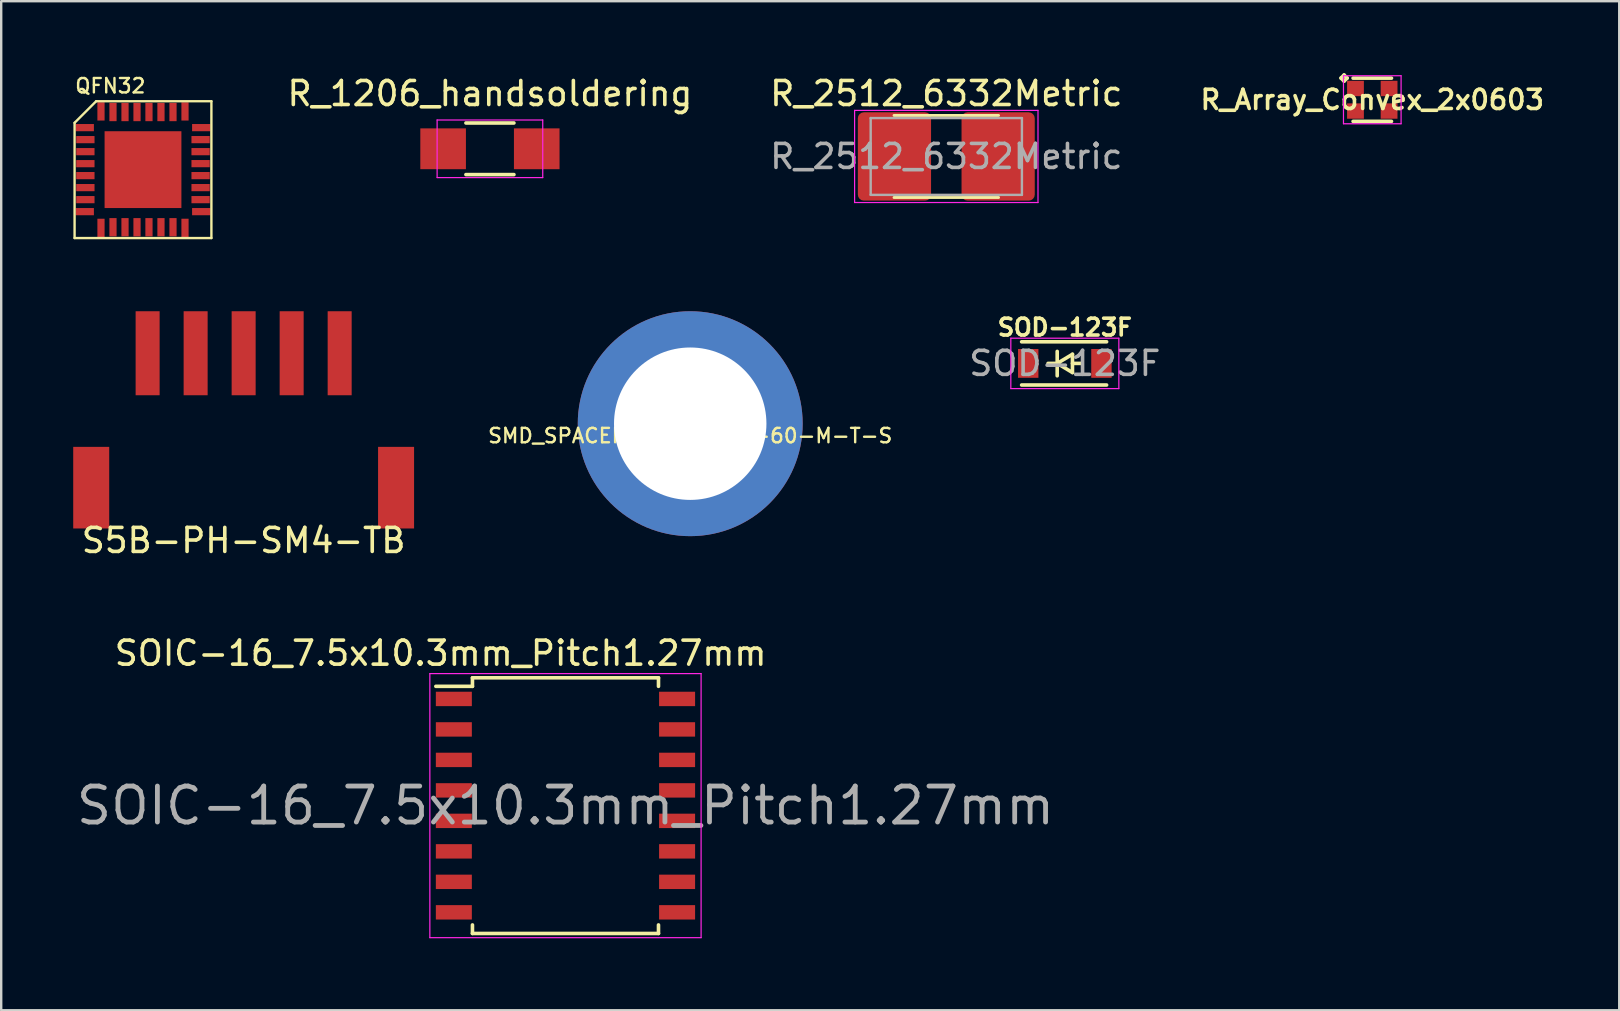
<source format=kicad_pcb>
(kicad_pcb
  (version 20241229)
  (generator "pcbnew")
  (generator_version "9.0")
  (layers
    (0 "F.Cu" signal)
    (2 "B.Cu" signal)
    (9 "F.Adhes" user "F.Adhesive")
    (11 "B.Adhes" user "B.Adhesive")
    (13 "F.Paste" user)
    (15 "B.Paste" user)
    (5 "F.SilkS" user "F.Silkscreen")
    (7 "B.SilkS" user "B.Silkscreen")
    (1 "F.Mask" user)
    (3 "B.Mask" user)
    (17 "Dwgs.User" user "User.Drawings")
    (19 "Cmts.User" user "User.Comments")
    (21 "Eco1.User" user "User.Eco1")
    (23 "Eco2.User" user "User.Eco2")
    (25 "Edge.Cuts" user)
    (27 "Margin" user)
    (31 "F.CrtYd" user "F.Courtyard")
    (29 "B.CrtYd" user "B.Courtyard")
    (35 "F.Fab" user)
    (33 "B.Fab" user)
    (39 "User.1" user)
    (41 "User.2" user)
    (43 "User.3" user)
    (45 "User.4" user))
  (footprint "SOIC-16_7.5x10.3mm_Pitch1.27mm"
    (layer "F.Cu")
    (at 20.507 30.512)
    (property "Reference" "SOIC-16_7.5x10.3mm_Pitch1.27mm" (at -5.2 -6.35 0) (layer "F.SilkS") (effects (font (size 1 1) (thickness 0.15))))
    (attr smd)
    (fp_line (start -3.875 -5.325) (end -3.875 -4.97) (stroke (width 0.15) (type solid)) (layer "F.SilkS"))
    (fp_line (start -3.875 -5.325) (end 3.875 -5.325) (stroke (width 0.15) (type solid)) (layer "F.SilkS"))
    (fp_line (start -3.875 -4.97) (end -5.4 -4.97) (stroke (width 0.15) (type solid)) (layer "F.SilkS"))
    (fp_line (start -3.875 5.325) (end -3.875 4.97) (stroke (width 0.15) (type solid)) (layer "F.SilkS"))
    (fp_line (start -3.875 5.325) (end 3.875 5.325) (stroke (width 0.15) (type solid)) (layer "F.SilkS"))
    (fp_line (start 3.875 -5.325) (end 3.875 -4.97) (stroke (width 0.15) (type solid)) (layer "F.SilkS"))
    (fp_line (start 3.875 5.325) (end 3.875 4.97) (stroke (width 0.15) (type solid)) (layer "F.SilkS"))
    (fp_line (start -5.65 -5.5) (end -5.65 5.5) (stroke (width 0.05) (type solid)) (layer "F.CrtYd"))
    (fp_line (start -5.65 -5.5) (end 5.65 -5.5) (stroke (width 0.05) (type solid)) (layer "F.CrtYd"))
    (fp_line (start -5.65 5.5) (end 5.65 5.5) (stroke (width 0.05) (type solid)) (layer "F.CrtYd"))
    (fp_line (start 5.65 -5.5) (end 5.65 5.5) (stroke (width 0.05) (type solid)) (layer "F.CrtYd"))
    (fp_text user "${REFERENCE}" (at 0 0 0) (layer "F.Fab") (effects (font (size 1.5 1.5) (thickness 0.2))))
    (pad "1" smd rect (at -4.65 -4.445) (size 1.5 0.6) (layers "F.Cu" "F.Mask" "F.Paste"))
    (pad "2" smd rect (at -4.65 -3.175) (size 1.5 0.6) (layers "F.Cu" "F.Mask" "F.Paste"))
    (pad "3" smd rect (at -4.65 -1.905) (size 1.5 0.6) (layers "F.Cu" "F.Mask" "F.Paste"))
    (pad "4" smd rect (at -4.65 -0.635) (size 1.5 0.6) (layers "F.Cu" "F.Mask" "F.Paste"))
    (pad "5" smd rect (at -4.65 0.635) (size 1.5 0.6) (layers "F.Cu" "F.Mask" "F.Paste"))
    (pad "6" smd rect (at -4.65 1.905) (size 1.5 0.6) (layers "F.Cu" "F.Mask" "F.Paste"))
    (pad "7" smd rect (at -4.65 3.175) (size 1.5 0.6) (layers "F.Cu" "F.Mask" "F.Paste"))
    (pad "8" smd rect (at -4.65 4.445) (size 1.5 0.6) (layers "F.Cu" "F.Mask" "F.Paste"))
    (pad "9" smd rect (at 4.65 4.445) (size 1.5 0.6) (layers "F.Cu" "F.Mask" "F.Paste"))
    (pad "10" smd rect (at 4.65 3.175) (size 1.5 0.6) (layers "F.Cu" "F.Mask" "F.Paste"))
    (pad "11" smd rect (at 4.65 1.905) (size 1.5 0.6) (layers "F.Cu" "F.Mask" "F.Paste"))
    (pad "12" smd rect (at 4.65 0.635) (size 1.5 0.6) (layers "F.Cu" "F.Mask" "F.Paste"))
    (pad "13" smd rect (at 4.65 -0.635) (size 1.5 0.6) (layers "F.Cu" "F.Mask" "F.Paste"))
    (pad "14" smd rect (at 4.65 -1.905) (size 1.5 0.6) (layers "F.Cu" "F.Mask" "F.Paste"))
    (pad "15" smd rect (at 4.65 -3.175) (size 1.5 0.6) (layers "F.Cu" "F.Mask" "F.Paste"))
    (pad "16" smd rect (at 4.65 -4.445) (size 1.5 0.6) (layers "F.Cu" "F.Mask" "F.Paste")))
  (footprint "R_2512_6332Metric"
    (layer "F.Cu")
    (at 36.372 3.468)
    (property "Reference" "R_2512_6332Metric" (at 0 -2.62 0) (layer "F.SilkS") (effects (font (size 1 1) (thickness 0.15))))
    (attr smd)
    (fp_line (start -2.177 -1.71) (end 2.177 -1.71) (stroke (width 0.12) (type solid)) (layer "F.SilkS"))
    (fp_line (start -2.177 1.71) (end 2.177 1.71) (stroke (width 0.12) (type solid)) (layer "F.SilkS"))
    (fp_line (start -3.82 -1.92) (end 3.82 -1.92) (stroke (width 0.05) (type solid)) (layer "F.CrtYd"))
    (fp_line (start -3.82 1.92) (end -3.82 -1.92) (stroke (width 0.05) (type solid)) (layer "F.CrtYd"))
    (fp_line (start 3.82 -1.92) (end 3.82 1.92) (stroke (width 0.05) (type solid)) (layer "F.CrtYd"))
    (fp_line (start 3.82 1.92) (end -3.82 1.92) (stroke (width 0.05) (type solid)) (layer "F.CrtYd"))
    (fp_line (start -3.15 -1.6) (end 3.15 -1.6) (stroke (width 0.1) (type solid)) (layer "F.Fab"))
    (fp_line (start -3.15 1.6) (end -3.15 -1.6) (stroke (width 0.1) (type solid)) (layer "F.Fab"))
    (fp_line (start 3.15 -1.6) (end 3.15 1.6) (stroke (width 0.1) (type solid)) (layer "F.Fab"))
    (fp_line (start 3.15 1.6) (end -3.15 1.6) (stroke (width 0.1) (type solid)) (layer "F.Fab"))
    (fp_text user "${REFERENCE}" (at 0 0 0) (layer "F.Fab") (effects (font (size 1 1) (thickness 0.15))))
    (pad "1" smd roundrect (at -2.16 0) (size 3.05 3.68) (layers "F.Cu" "F.Mask" "F.Paste") (roundrect_rratio 0.082))
    (pad "2" smd roundrect (at 2.16 0) (size 3.05 3.68) (layers "F.Cu" "F.Mask" "F.Paste") (roundrect_rratio 0.082)))
  (footprint "QFN32"
    (layer "F.Cu")
    (at 2.907 4.017)
    (property "Reference" "QFN32" (at -1.36 -3.49 180) (layer "F.SilkS") (effects (font (size 0.6 0.6) (thickness 0.1))))
    (attr smd)
    (fp_line (start -2.85 -1.951) (end -1.951 -2.85) (stroke (width 0.099) (type solid)) (layer "F.SilkS"))
    (fp_line (start -2.85 2.85) (end -2.85 -1.951) (stroke (width 0.099) (type solid)) (layer "F.SilkS"))
    (fp_line (start -1.951 -2.85) (end 2.85 -2.85) (stroke (width 0.099) (type solid)) (layer "F.SilkS"))
    (fp_line (start 2.85 -2.85) (end 2.85 2.85) (stroke (width 0.099) (type solid)) (layer "F.SilkS"))
    (fp_line (start 2.85 2.85) (end -2.85 2.85) (stroke (width 0.099) (type solid)) (layer "F.SilkS"))
    (pad "1" smd rect (at -2.426 -1.75 90) (size 0.3 0.762) (layers "F.Cu" "F.Mask" "F.Paste"))
    (pad "2" smd rect (at -2.4 -1.25 90) (size 0.3 0.762) (layers "F.Cu" "F.Mask" "F.Paste"))
    (pad "3" smd rect (at -2.4 -0.749 90) (size 0.3 0.762) (layers "F.Cu" "F.Mask" "F.Paste"))
    (pad "4" smd rect (at -2.4 -0.249 90) (size 0.3 0.762) (layers "F.Cu" "F.Mask" "F.Paste"))
    (pad "5" smd rect (at -2.4 0.249 90) (size 0.3 0.762) (layers "F.Cu" "F.Mask" "F.Paste"))
    (pad "6" smd rect (at -2.4 0.749 90) (size 0.3 0.762) (layers "F.Cu" "F.Mask" "F.Paste"))
    (pad "7" smd rect (at -2.4 1.25 90) (size 0.3 0.762) (layers "F.Cu" "F.Mask" "F.Paste"))
    (pad "8" smd rect (at -2.426 1.75 90) (size 0.3 0.762) (layers "F.Cu" "F.Mask" "F.Paste"))
    (pad "9" smd rect (at -1.75 2.426) (size 0.3 0.762) (layers "F.Cu" "F.Mask" "F.Paste"))
    (pad "10" smd rect (at -1.25 2.4) (size 0.3 0.762) (layers "F.Cu" "F.Mask" "F.Paste"))
    (pad "11" smd rect (at -0.749 2.4) (size 0.3 0.762) (layers "F.Cu" "F.Mask" "F.Paste"))
    (pad "12" smd rect (at -0.249 2.4) (size 0.3 0.762) (layers "F.Cu" "F.Mask" "F.Paste"))
    (pad "13" smd rect (at 0.249 2.4) (size 0.3 0.762) (layers "F.Cu" "F.Mask" "F.Paste"))
    (pad "14" smd rect (at 0.749 2.4) (size 0.3 0.762) (layers "F.Cu" "F.Mask" "F.Paste"))
    (pad "15" smd rect (at 1.25 2.4) (size 0.3 0.762) (layers "F.Cu" "F.Mask" "F.Paste"))
    (pad "16" smd rect (at 1.75 2.426) (size 0.3 0.762) (layers "F.Cu" "F.Mask" "F.Paste"))
    (pad "17" smd rect (at 2.426 1.75 90) (size 0.3 0.762) (layers "F.Cu" "F.Mask" "F.Paste"))
    (pad "18" smd rect (at 2.4 1.25 90) (size 0.3 0.762) (layers "F.Cu" "F.Mask" "F.Paste"))
    (pad "19" smd rect (at 2.4 0.749 90) (size 0.3 0.762) (layers "F.Cu" "F.Mask" "F.Paste"))
    (pad "20" smd rect (at 2.4 0.249 90) (size 0.3 0.762) (layers "F.Cu" "F.Mask" "F.Paste"))
    (pad "21" smd rect (at 2.4 -0.25 90) (size 0.3 0.762) (layers "F.Cu" "F.Mask" "F.Paste"))
    (pad "22" smd rect (at 2.4 -0.749 90) (size 0.3 0.762) (layers "F.Cu" "F.Mask" "F.Paste"))
    (pad "23" smd rect (at 2.4 -1.25 90) (size 0.3 0.762) (layers "F.Cu" "F.Mask" "F.Paste"))
    (pad "24" smd rect (at 2.426 -1.75 90) (size 0.3 0.762) (layers "F.Cu" "F.Mask" "F.Paste"))
    (pad "25" smd rect (at 1.75 -2.426) (size 0.3 0.762) (layers "F.Cu" "F.Mask" "F.Paste"))
    (pad "26" smd rect (at 1.25 -2.4) (size 0.3 0.762) (layers "F.Cu" "F.Mask" "F.Paste"))
    (pad "27" smd rect (at 0.749 -2.4) (size 0.3 0.762) (layers "F.Cu" "F.Mask" "F.Paste"))
    (pad "28" smd rect (at 0.249 -2.4) (size 0.3 0.762) (layers "F.Cu" "F.Mask" "F.Paste"))
    (pad "29" smd rect (at -0.249 -2.4) (size 0.3 0.762) (layers "F.Cu" "F.Mask" "F.Paste"))
    (pad "30" smd rect (at -0.749 -2.4) (size 0.3 0.762) (layers "F.Cu" "F.Mask" "F.Paste"))
    (pad "31" smd rect (at -1.25 -2.4) (size 0.3 0.762) (layers "F.Cu" "F.Mask" "F.Paste"))
    (pad "32" smd rect (at -1.75 -2.426) (size 0.3 0.762) (layers "F.Cu" "F.Mask" "F.Paste"))
    (pad "33" smd rect (at -1 -1.15) (size 0.6 0.3) (layers "F.Cu" "F.Paste"))
    (pad "33" smd rect (at -1 -0.65) (size 0.6 0.3) (layers "F.Cu" "F.Paste"))
    (pad "33" smd rect (at -1 -0.15) (size 0.6 0.3) (layers "F.Cu" "F.Paste"))
    (pad "33" smd rect (at -1 0.35) (size 0.6 0.3) (layers "F.Cu" "F.Paste"))
    (pad "33" smd rect (at -1 0.85) (size 0.6 0.3) (layers "F.Cu" "F.Paste"))
    (pad "33" smd rect (at -1 1.35) (size 0.6 0.3) (layers "F.Cu" "F.Paste"))
    (pad "33" smd rect (at 0 -1.15) (size 0.6 0.3) (layers "F.Cu" "F.Paste"))
    (pad "33" smd rect (at 0 -0.65) (size 0.6 0.3) (layers "F.Cu" "F.Paste"))
    (pad "33" smd rect (at 0 -0.15) (size 0.6 0.3) (layers "F.Cu" "F.Paste"))
    (pad "33" smd rect (at 0 0) (size 3.2 3.2) (layers "F.Cu" "F.Mask"))
    (pad "33" smd rect (at 0 0.35) (size 0.6 0.3) (layers "F.Cu" "F.Paste"))
    (pad "33" smd rect (at 0 0.85) (size 0.6 0.3) (layers "F.Cu" "F.Paste"))
    (pad "33" smd rect (at 0 1.35) (size 0.6 0.3) (layers "F.Cu" "F.Paste"))
    (pad "33" smd rect (at 1 -1.15) (size 0.6 0.3) (layers "F.Cu" "F.Paste"))
    (pad "33" smd rect (at 1 -0.65) (size 0.6 0.3) (layers "F.Cu" "F.Paste"))
    (pad "33" smd rect (at 1 -0.15) (size 0.6 0.3) (layers "F.Cu" "F.Paste"))
    (pad "33" smd rect (at 1 0.35) (size 0.6 0.3) (layers "F.Cu" "F.Paste"))
    (pad "33" smd rect (at 1 0.85) (size 0.6 0.3) (layers "F.Cu" "F.Paste"))
    (pad "33" smd rect (at 1 1.35) (size 0.6 0.3) (layers "F.Cu" "F.Paste")))
  (footprint "S5B-PH-SM4-TB"
    (layer "F.Cu")
    (at 7.1 18.966)
    (property "Reference" "S5B-PH-SM4-TB" (at 0 0.5 0) (layer "F.SilkS") (effects (font (size 1 1) (thickness 0.15))))
    (attr through_hole)
    (pad "" smd rect (at -6.35 -1.7) (size 1.5 3.4) (layers "F.Cu" "F.Mask" "F.Paste"))
    (pad "" smd rect (at 6.35 -1.7) (size 1.5 3.4) (layers "F.Cu" "F.Mask" "F.Paste"))
    (pad "1" smd rect (at -4 -7.3) (size 1 3.5) (layers "F.Cu" "F.Mask" "F.Paste"))
    (pad "2" smd rect (at -2 -7.3) (size 1 3.5) (layers "F.Cu" "F.Mask" "F.Paste"))
    (pad "3" smd rect (at 0 -7.3) (size 1 3.5) (layers "F.Cu" "F.Mask" "F.Paste"))
    (pad "4" smd rect (at 2 -7.3) (size 1 3.5) (layers "F.Cu" "F.Mask" "F.Paste"))
    (pad "5" smd rect (at 4 -7.3) (size 1 3.5) (layers "F.Cu" "F.Mask" "F.Paste")))
  (footprint "R_1206_handsoldering"
    (layer "F.Cu")
    (at 17.36 3.148)
    (property "Reference" "R_1206_handsoldering" (at 0 -2.3 0) (layer "F.SilkS") (effects (font (size 1 1) (thickness 0.15))))
    (attr smd)
    (fp_line (start -1 -1.075) (end 1 -1.075) (stroke (width 0.15) (type solid)) (layer "F.SilkS"))
    (fp_line (start 1 1.075) (end -1 1.075) (stroke (width 0.15) (type solid)) (layer "F.SilkS"))
    (fp_line (start -2.2 -1.2) (end -2.2 1.2) (stroke (width 0.05) (type solid)) (layer "F.CrtYd"))
    (fp_line (start -2.2 -1.2) (end 2.2 -1.2) (stroke (width 0.05) (type solid)) (layer "F.CrtYd"))
    (fp_line (start -2.2 1.2) (end 2.2 1.2) (stroke (width 0.05) (type solid)) (layer "F.CrtYd"))
    (fp_line (start 2.2 -1.2) (end 2.2 1.2) (stroke (width 0.05) (type solid)) (layer "F.CrtYd"))
    (pad "1" smd rect (at -1.95 0) (size 1.9 1.7) (layers "F.Cu" "F.Mask" "F.Paste"))
    (pad "2" smd rect (at 1.95 0) (size 1.9 1.7) (layers "F.Cu" "F.Mask" "F.Paste")))
  (footprint "SMD_SPACER_SMTSO-42-60-M-T-S"
    (layer "F.Cu")
    (at 25.704 14.601)
    (property "Reference" "SMD_SPACER_SMTSO-42-60-M-T-S" (at 0 0.5 0) (layer "F.SilkS") (effects (font (size 0.6 0.6) (thickness 0.1))))
    (attr smd)
    (fp_circle (center -2.402 -0.995) (end -2.196 -0.909) (stroke (width 0.5) (type solid)) (fill no) (layer "F.Paste"))
    (fp_circle (center -2.402 0.995) (end -2.196 1.081) (stroke (width 0.5) (type solid)) (fill no) (layer "F.Paste"))
    (fp_circle (center -0.995 -2.402) (end -0.788 -2.317) (stroke (width 0.5) (type solid)) (fill no) (layer "F.Paste"))
    (fp_circle (center -0.995 2.402) (end -0.788 2.488) (stroke (width 0.5) (type solid)) (fill no) (layer "F.Paste"))
    (fp_circle (center 0.995 -2.402) (end 1.202 -2.317) (stroke (width 0.5) (type solid)) (fill no) (layer "F.Paste"))
    (fp_circle (center 0.995 2.402) (end 1.202 2.488) (stroke (width 0.5) (type solid)) (fill no) (layer "F.Paste"))
    (fp_circle (center 2.402 -0.995) (end 2.609 -0.909) (stroke (width 0.5) (type solid)) (fill no) (layer "F.Paste"))
    (fp_circle (center 2.402 0.995) (end 2.609 1.081) (stroke (width 0.5) (type solid)) (fill no) (layer "F.Paste"))
    (pad "" thru_hole circle (at 0 0) (size 9.37 9.37) (drill 6.35) (layers "*.Cu" "*.Mask")))
  (footprint "SOD-123F"
    (layer "F.Cu")
    (at 41.31 12.089)
    (property "Reference" "SOD-123F" (at 0 -1.5 0) (layer "F.SilkS") (effects (font (size 0.7 0.7) (thickness 0.15))))
    (attr smd)
    (fp_line (start -1.8 -0.9) (end 1.74 -0.9) (stroke (width 0.15) (type solid)) (layer "F.SilkS"))
    (fp_line (start -1.8 0.9) (end 1.74 0.9) (stroke (width 0.15) (type solid)) (layer "F.SilkS"))
    (fp_line (start -0.699 0) (end -0.318 0) (stroke (width 0.15) (type solid)) (layer "F.SilkS"))
    (fp_line (start -0.318 -0.5) (end -0.318 0.516) (stroke (width 0.15) (type solid)) (layer "F.SilkS"))
    (fp_line (start -0.318 0) (end 0.318 -0.381) (stroke (width 0.15) (type solid)) (layer "F.SilkS"))
    (fp_line (start 0.318 -0.381) (end 0.318 0.381) (stroke (width 0.15) (type solid)) (layer "F.SilkS"))
    (fp_line (start 0.318 0) (end 0.699 0) (stroke (width 0.15) (type solid)) (layer "F.SilkS"))
    (fp_line (start 0.318 0.381) (end -0.318 0) (stroke (width 0.15) (type solid)) (layer "F.SilkS"))
    (fp_line (start -2.25 -1.05) (end -2.25 1.05) (stroke (width 0.05) (type solid)) (layer "F.CrtYd"))
    (fp_line (start -2.25 -1.05) (end 2.25 -1.05) (stroke (width 0.05) (type solid)) (layer "F.CrtYd"))
    (fp_line (start 2.25 -1.05) (end 2.25 1.05) (stroke (width 0.05) (type solid)) (layer "F.CrtYd"))
    (fp_line (start 2.25 1.05) (end -2.25 1.05) (stroke (width 0.05) (type solid)) (layer "F.CrtYd"))
    (fp_text user "${REFERENCE}" (at 0 0 0) (layer "F.Fab") (effects (font (size 1 1) (thickness 0.15))))
    (pad "1" smd rect (at -1.525 0) (size 0.85 1.2) (layers "F.Cu" "F.Mask" "F.Paste"))
    (pad "2" smd rect (at 1.525 0) (size 0.85 1.2) (layers "F.Cu" "F.Mask" "F.Paste")))
  (footprint "R_Array_Convex_2x0603"
    (layer "F.Cu")
    (at 54.118 1.106)
    (property "Reference" "R_Array_Convex_2x0603" (at 0 0 0) (layer "F.SilkS") (effects (font (size 0.8 0.8) (thickness 0.15))))
    (attr smd)
    (fp_line (start -1.302 -0.904) (end -1.175 -1.031) (stroke (width 0.15) (type solid)) (layer "F.SilkS"))
    (fp_line (start -1.175 -1.031) (end -1.048 -0.904) (stroke (width 0.15) (type solid)) (layer "F.SilkS"))
    (fp_line (start -1.175 -0.777) (end -1.302 -0.904) (stroke (width 0.15) (type solid)) (layer "F.SilkS"))
    (fp_line (start -1.048 -0.904) (end -1.175 -0.777) (stroke (width 0.15) (type solid)) (layer "F.SilkS"))
    (fp_line (start -0.8 -0.9) (end 0.8 -0.9) (stroke (width 0.15) (type solid)) (layer "F.SilkS"))
    (fp_line (start -0.8 0.9) (end 0.8 0.9) (stroke (width 0.15) (type solid)) (layer "F.SilkS"))
    (fp_line (start -1.2 -1) (end 1.2 -1) (stroke (width 0.05) (type solid)) (layer "F.CrtYd"))
    (fp_line (start -1.2 1) (end -1.2 -1) (stroke (width 0.05) (type solid)) (layer "F.CrtYd"))
    (fp_line (start 1.2 -1) (end 1.2 1) (stroke (width 0.05) (type solid)) (layer "F.CrtYd"))
    (fp_line (start 1.2 1) (end -1.2 1) (stroke (width 0.05) (type solid)) (layer "F.CrtYd"))
    (pad "1" smd rect (at -0.7 -0.47) (size 0.7 0.64) (layers "F.Cu" "F.Mask" "F.Paste"))
    (pad "2" smd rect (at -0.7 0.47) (size 0.7 0.64) (layers "F.Cu" "F.Mask" "F.Paste"))
    (pad "3" smd rect (at 0.7 0.47) (size 0.7 0.64) (layers "F.Cu" "F.Mask" "F.Paste"))
    (pad "4" smd rect (at 0.7 -0.47) (size 0.7 0.64) (layers "F.Cu" "F.Mask" "F.Paste")))
  (gr_rect
    (start -3 -3)
    (end 64.406 39.037)
    (stroke (width 0.1) (type default))
    (fill no)
    (layer "Edge.Cuts")))
</source>
